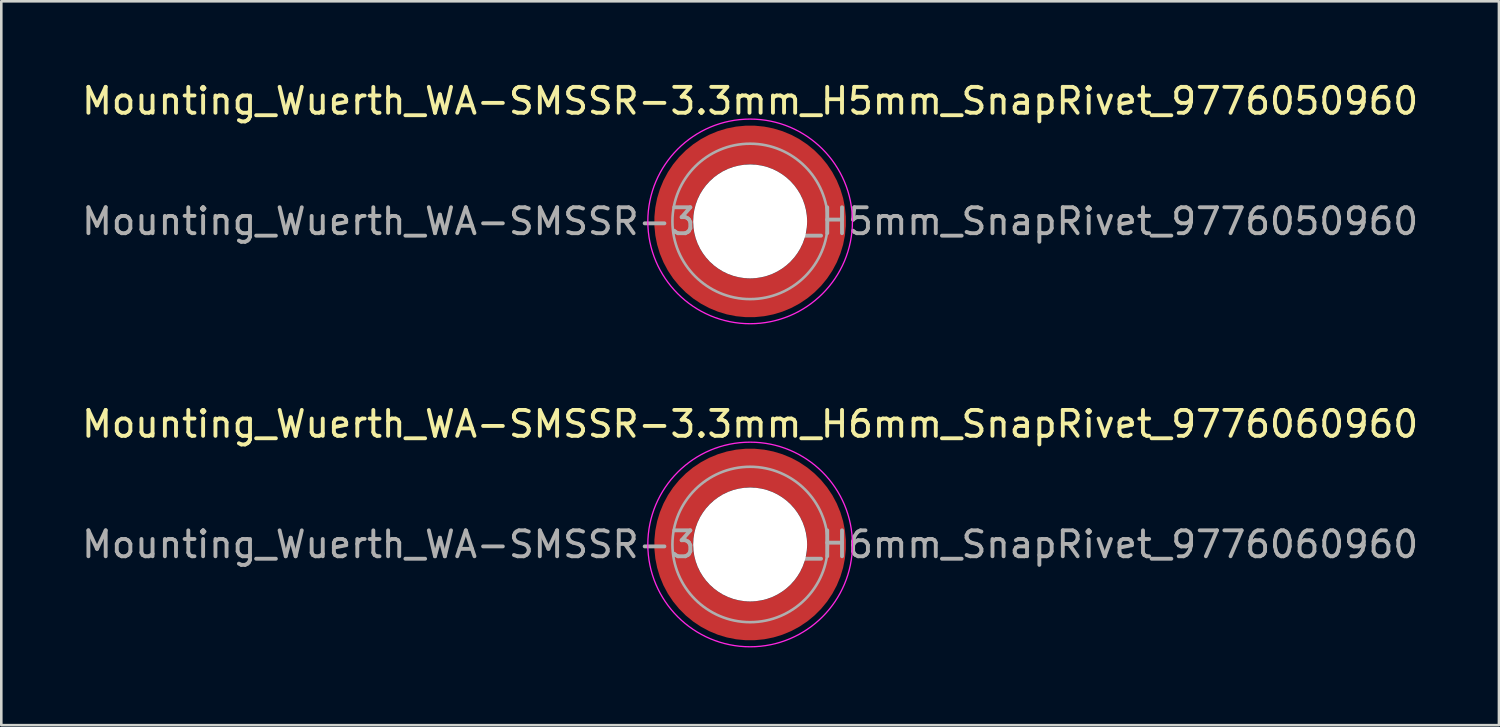
<source format=kicad_pcb>
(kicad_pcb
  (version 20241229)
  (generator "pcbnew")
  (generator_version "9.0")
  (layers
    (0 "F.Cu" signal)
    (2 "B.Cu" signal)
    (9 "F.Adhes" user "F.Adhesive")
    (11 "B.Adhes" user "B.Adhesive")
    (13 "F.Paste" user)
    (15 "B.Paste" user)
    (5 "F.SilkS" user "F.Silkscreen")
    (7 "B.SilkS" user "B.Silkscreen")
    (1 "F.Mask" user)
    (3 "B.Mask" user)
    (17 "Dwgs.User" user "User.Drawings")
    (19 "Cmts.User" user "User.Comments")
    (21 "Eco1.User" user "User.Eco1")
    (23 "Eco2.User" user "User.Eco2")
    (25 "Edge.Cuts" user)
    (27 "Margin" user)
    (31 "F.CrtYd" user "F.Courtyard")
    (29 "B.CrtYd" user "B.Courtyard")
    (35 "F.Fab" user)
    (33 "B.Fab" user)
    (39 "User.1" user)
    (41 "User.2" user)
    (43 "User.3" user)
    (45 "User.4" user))
  (footprint "Mounting_Wuerth_WA-SMSSR-3.3mm_H5mm_SnapRivet_9776050960"
    (layer "F.Cu")
    (at 25.911 5.498)
    (property "Reference" "Mounting_Wuerth_WA-SMSSR-3.3mm_H5mm_SnapRivet_9776050960" (at 0 -4.65 0) (layer "F.SilkS") (effects (font (size 1 1) (thickness 0.15))))
    (attr smd)
    (fp_circle (center 0 0) (end 3.95 0) (stroke (width 0.05) (type solid)) (fill no) (layer "F.CrtYd"))
    (fp_circle (center 0 0) (end 3 0) (stroke (width 0.1) (type solid)) (fill no) (layer "F.Fab"))
    (fp_text user "${REFERENCE}" (at 0 0 0) (layer "F.Fab") (effects (font (size 1 1) (thickness 0.15))))
    (pad "" smd custom (at -2.077 -2.077) (size 0.995 0.995) (layers "F.Paste") (options (anchor circle)) (primitives (gr_arc (start -0.208831 1.577126) (mid 0.422144 0.422848) (end 1.576154 -0.208618) (width 0.2)) (gr_arc (start -0.310669 1.577126) (mid 0.35138 0.35278) (end 1.575188 -0.310262) (width 0.2)) (gr_arc (start -0.412325 1.577126) (mid 0.280305 0.283024) (end 1.573357 -0.411565) (width 0.2)) (gr_arc (start -0.51382 1.577126) (mid 0.210358 0.212139) (end 1.574653 -0.513342) (width 0.2)) (gr_arc (start -0.615172 1.577126) (mid 0.139846 0.141818) (end 1.574384 -0.614661) (width 0.2)) (gr_arc (start -0.716397 1.577126) (mid 0.070334 0.070498) (end 1.576898 -0.716356) (width 0.2)) (gr_arc (start -0.817508 1.577126) (mid -0.001805 0.001807) (end 1.572094 -0.816633) (width 0.2)) (gr_arc (start -0.918517 1.577126) (mid -0.071322 -0.06951) (end 1.574599 -0.918094) (width 0.2)) (gr_arc (start -1.019433 1.577126) (mid -0.141902 -0.139762) (end 1.574138 -1.018949) (width 0.2)) (gr_arc (start -1.120266 1.577126) (mid -0.211736 -0.210761) (end 1.575763 -1.120053) (width 0.2)) (gr_arc (start -1.221022 1.577126) (mid -0.282882 -0.280446) (end 1.57372 -1.220505) (width 0.2)) (gr_arc (start -1.32171 1.577126) (mid -0.353407 -0.350753) (end 1.573414 -1.321162) (width 0.2)) (gr_arc (start -1.422335 1.577126) (mid -0.423311 -0.421682) (end 1.574846 -1.422009) (width 0.2)) (gr_line (start 1.577 -0.209) (end 1.577 -1.422) (width 0.2)) (gr_line (start -0.209 1.577) (end -1.422 1.577) (width 0.2))))
    (pad "" smd custom (at -2.077 2.077) (size 0.995 0.995) (layers "F.Paste") (options (anchor circle)) (primitives (gr_arc (start 1.577126 0.208831) (mid 0.422848 -0.422144) (end -0.208618 -1.576154) (width 0.2)) (gr_arc (start 1.577126 0.310669) (mid 0.35278 -0.35138) (end -0.310262 -1.575188) (width 0.2)) (gr_arc (start 1.577126 0.412325) (mid 0.283024 -0.280305) (end -0.411565 -1.573357) (width 0.2)) (gr_arc (start 1.577126 0.51382) (mid 0.212139 -0.210358) (end -0.513342 -1.574653) (width 0.2)) (gr_arc (start 1.577126 0.615172) (mid 0.141818 -0.139846) (end -0.614661 -1.574384) (width 0.2)) (gr_arc (start 1.577126 0.716397) (mid 0.070498 -0.070334) (end -0.716356 -1.576898) (width 0.2)) (gr_arc (start 1.577126 0.817508) (mid 0.001807 0.001805) (end -0.816633 -1.572094) (width 0.2)) (gr_arc (start 1.577126 0.918517) (mid -0.06951 0.071322) (end -0.918094 -1.574599) (width 0.2)) (gr_arc (start 1.577126 1.019433) (mid -0.139762 0.141902) (end -1.018949 -1.574138) (width 0.2)) (gr_arc (start 1.577126 1.120266) (mid -0.210761 0.211736) (end -1.120053 -1.575763) (width 0.2)) (gr_arc (start 1.577126 1.221022) (mid -0.280446 0.282882) (end -1.220505 -1.57372) (width 0.2)) (gr_arc (start 1.577126 1.32171) (mid -0.350753 0.353407) (end -1.321162 -1.573414) (width 0.2)) (gr_arc (start 1.577126 1.422335) (mid -0.421682 0.423311) (end -1.422009 -1.574846) (width 0.2)) (gr_line (start -0.209 -1.577) (end -1.422 -1.577) (width 0.2)) (gr_line (start 1.577 0.209) (end 1.577 1.422) (width 0.2))))
    (pad "" np_thru_hole circle (at 0 0) (size 4.4 4.4) (drill 4.4) (layers "*.Cu" "*.Mask"))
    (pad "" smd custom (at 2.077 -2.077) (size 0.995 0.995) (layers "F.Paste") (options (anchor circle)) (primitives (gr_arc (start -1.577126 -0.208831) (mid -0.422848 0.422144) (end 0.208618 1.576154) (width 0.2)) (gr_arc (start -1.577126 -0.310669) (mid -0.35278 0.35138) (end 0.310262 1.575188) (width 0.2)) (gr_arc (start -1.577126 -0.412325) (mid -0.283024 0.280305) (end 0.411565 1.573357) (width 0.2)) (gr_arc (start -1.577126 -0.51382) (mid -0.212139 0.210358) (end 0.513342 1.574653) (width 0.2)) (gr_arc (start -1.577126 -0.615172) (mid -0.141818 0.139846) (end 0.614661 1.574384) (width 0.2)) (gr_arc (start -1.577126 -0.716397) (mid -0.070498 0.070334) (end 0.716356 1.576898) (width 0.2)) (gr_arc (start -1.577126 -0.817508) (mid -0.001807 -0.001805) (end 0.816633 1.572094) (width 0.2)) (gr_arc (start -1.577126 -0.918517) (mid 0.06951 -0.071322) (end 0.918094 1.574599) (width 0.2)) (gr_arc (start -1.577126 -1.019433) (mid 0.139762 -0.141902) (end 1.018949 1.574138) (width 0.2)) (gr_arc (start -1.577126 -1.120266) (mid 0.210761 -0.211736) (end 1.120053 1.575763) (width 0.2)) (gr_arc (start -1.577126 -1.221022) (mid 0.280446 -0.282882) (end 1.220505 1.57372) (width 0.2)) (gr_arc (start -1.577126 -1.32171) (mid 0.350753 -0.353407) (end 1.321162 1.573414) (width 0.2)) (gr_arc (start -1.577126 -1.422335) (mid 0.421682 -0.423311) (end 1.422009 1.574846) (width 0.2)) (gr_line (start 0.209 1.577) (end 1.422 1.577) (width 0.2)) (gr_line (start -1.577 -0.209) (end -1.577 -1.422) (width 0.2))))
    (pad "" smd custom (at 2.077 2.077) (size 0.995 0.995) (layers "F.Paste") (options (anchor circle)) (primitives (gr_arc (start 0.208831 -1.577126) (mid -0.422144 -0.422848) (end -1.576154 0.208618) (width 0.2)) (gr_arc (start 0.310669 -1.577126) (mid -0.35138 -0.35278) (end -1.575188 0.310262) (width 0.2)) (gr_arc (start 0.412325 -1.577126) (mid -0.280305 -0.283024) (end -1.573357 0.411565) (width 0.2)) (gr_arc (start 0.51382 -1.577126) (mid -0.210358 -0.212139) (end -1.574653 0.513342) (width 0.2)) (gr_arc (start 0.615172 -1.577126) (mid -0.139846 -0.141818) (end -1.574384 0.614661) (width 0.2)) (gr_arc (start 0.716397 -1.577126) (mid -0.070334 -0.070498) (end -1.576898 0.716356) (width 0.2)) (gr_arc (start 0.817508 -1.577126) (mid 0.001805 -0.001807) (end -1.572094 0.816633) (width 0.2)) (gr_arc (start 0.918517 -1.577126) (mid 0.071322 0.06951) (end -1.574599 0.918094) (width 0.2)) (gr_arc (start 1.019433 -1.577126) (mid 0.141902 0.139762) (end -1.574138 1.018949) (width 0.2)) (gr_arc (start 1.120266 -1.577126) (mid 0.211736 0.210761) (end -1.575763 1.120053) (width 0.2)) (gr_arc (start 1.221022 -1.577126) (mid 0.282882 0.280446) (end -1.57372 1.220505) (width 0.2)) (gr_arc (start 1.32171 -1.577126) (mid 0.353407 0.350753) (end -1.573414 1.321162) (width 0.2)) (gr_arc (start 1.422335 -1.577126) (mid 0.423311 0.421682) (end -1.574846 1.422009) (width 0.2)) (gr_line (start -1.577 0.209) (end -1.577 1.422) (width 0.2)) (gr_line (start 0.209 -1.577) (end 1.422 -1.577) (width 0.2))))
    (pad "1" smd circle (at -2.95 0) (size 1.1 1.1) (layers "F.Cu"))
    (pad "1" smd circle (at 0 -2.95) (size 1.1 1.1) (layers "F.Cu"))
    (pad "1" smd circle (at 0 2.95) (size 1.1 1.1) (layers "F.Cu"))
    (pad "1" smd custom (at 2.95 0) (size 1.1 1.1) (layers "F.Cu" "F.Mask") (options (anchor circle)) (primitives (gr_circle (center -2.95 0) (end 0 0) (width 1.5) (fill no)))))
  (footprint "Mounting_Wuerth_WA-SMSSR-3.3mm_H6mm_SnapRivet_9776060960"
    (layer "F.Cu")
    (at 25.911 17.971)
    (property "Reference" "Mounting_Wuerth_WA-SMSSR-3.3mm_H6mm_SnapRivet_9776060960" (at 0 -4.65 0) (layer "F.SilkS") (effects (font (size 1 1) (thickness 0.15))))
    (attr smd)
    (fp_circle (center 0 0) (end 3.95 0) (stroke (width 0.05) (type solid)) (fill no) (layer "F.CrtYd"))
    (fp_circle (center 0 0) (end 3 0) (stroke (width 0.1) (type solid)) (fill no) (layer "F.Fab"))
    (fp_text user "${REFERENCE}" (at 0 0 0) (layer "F.Fab") (effects (font (size 1 1) (thickness 0.15))))
    (pad "" smd custom (at -2.077 -2.077) (size 0.995 0.995) (layers "F.Paste") (options (anchor circle)) (primitives (gr_arc (start -0.208831 1.577126) (mid 0.422144 0.422848) (end 1.576154 -0.208618) (width 0.2)) (gr_arc (start -0.310669 1.577126) (mid 0.35138 0.35278) (end 1.575188 -0.310262) (width 0.2)) (gr_arc (start -0.412325 1.577126) (mid 0.280305 0.283024) (end 1.573357 -0.411565) (width 0.2)) (gr_arc (start -0.51382 1.577126) (mid 0.210358 0.212139) (end 1.574653 -0.513342) (width 0.2)) (gr_arc (start -0.615172 1.577126) (mid 0.139846 0.141818) (end 1.574384 -0.614661) (width 0.2)) (gr_arc (start -0.716397 1.577126) (mid 0.070334 0.070498) (end 1.576898 -0.716356) (width 0.2)) (gr_arc (start -0.817508 1.577126) (mid -0.001805 0.001807) (end 1.572094 -0.816633) (width 0.2)) (gr_arc (start -0.918517 1.577126) (mid -0.071322 -0.06951) (end 1.574599 -0.918094) (width 0.2)) (gr_arc (start -1.019433 1.577126) (mid -0.141902 -0.139762) (end 1.574138 -1.018949) (width 0.2)) (gr_arc (start -1.120266 1.577126) (mid -0.211736 -0.210761) (end 1.575763 -1.120053) (width 0.2)) (gr_arc (start -1.221022 1.577126) (mid -0.282882 -0.280446) (end 1.57372 -1.220505) (width 0.2)) (gr_arc (start -1.32171 1.577126) (mid -0.353407 -0.350753) (end 1.573414 -1.321162) (width 0.2)) (gr_arc (start -1.422335 1.577126) (mid -0.423311 -0.421682) (end 1.574846 -1.422009) (width 0.2)) (gr_line (start 1.577 -0.209) (end 1.577 -1.422) (width 0.2)) (gr_line (start -0.209 1.577) (end -1.422 1.577) (width 0.2))))
    (pad "" smd custom (at -2.077 2.077) (size 0.995 0.995) (layers "F.Paste") (options (anchor circle)) (primitives (gr_arc (start 1.577126 0.208831) (mid 0.422848 -0.422144) (end -0.208618 -1.576154) (width 0.2)) (gr_arc (start 1.577126 0.310669) (mid 0.35278 -0.35138) (end -0.310262 -1.575188) (width 0.2)) (gr_arc (start 1.577126 0.412325) (mid 0.283024 -0.280305) (end -0.411565 -1.573357) (width 0.2)) (gr_arc (start 1.577126 0.51382) (mid 0.212139 -0.210358) (end -0.513342 -1.574653) (width 0.2)) (gr_arc (start 1.577126 0.615172) (mid 0.141818 -0.139846) (end -0.614661 -1.574384) (width 0.2)) (gr_arc (start 1.577126 0.716397) (mid 0.070498 -0.070334) (end -0.716356 -1.576898) (width 0.2)) (gr_arc (start 1.577126 0.817508) (mid 0.001807 0.001805) (end -0.816633 -1.572094) (width 0.2)) (gr_arc (start 1.577126 0.918517) (mid -0.06951 0.071322) (end -0.918094 -1.574599) (width 0.2)) (gr_arc (start 1.577126 1.019433) (mid -0.139762 0.141902) (end -1.018949 -1.574138) (width 0.2)) (gr_arc (start 1.577126 1.120266) (mid -0.210761 0.211736) (end -1.120053 -1.575763) (width 0.2)) (gr_arc (start 1.577126 1.221022) (mid -0.280446 0.282882) (end -1.220505 -1.57372) (width 0.2)) (gr_arc (start 1.577126 1.32171) (mid -0.350753 0.353407) (end -1.321162 -1.573414) (width 0.2)) (gr_arc (start 1.577126 1.422335) (mid -0.421682 0.423311) (end -1.422009 -1.574846) (width 0.2)) (gr_line (start -0.209 -1.577) (end -1.422 -1.577) (width 0.2)) (gr_line (start 1.577 0.209) (end 1.577 1.422) (width 0.2))))
    (pad "" np_thru_hole circle (at 0 0) (size 4.4 4.4) (drill 4.4) (layers "*.Cu" "*.Mask"))
    (pad "" smd custom (at 2.077 -2.077) (size 0.995 0.995) (layers "F.Paste") (options (anchor circle)) (primitives (gr_arc (start -1.577126 -0.208831) (mid -0.422848 0.422144) (end 0.208618 1.576154) (width 0.2)) (gr_arc (start -1.577126 -0.310669) (mid -0.35278 0.35138) (end 0.310262 1.575188) (width 0.2)) (gr_arc (start -1.577126 -0.412325) (mid -0.283024 0.280305) (end 0.411565 1.573357) (width 0.2)) (gr_arc (start -1.577126 -0.51382) (mid -0.212139 0.210358) (end 0.513342 1.574653) (width 0.2)) (gr_arc (start -1.577126 -0.615172) (mid -0.141818 0.139846) (end 0.614661 1.574384) (width 0.2)) (gr_arc (start -1.577126 -0.716397) (mid -0.070498 0.070334) (end 0.716356 1.576898) (width 0.2)) (gr_arc (start -1.577126 -0.817508) (mid -0.001807 -0.001805) (end 0.816633 1.572094) (width 0.2)) (gr_arc (start -1.577126 -0.918517) (mid 0.06951 -0.071322) (end 0.918094 1.574599) (width 0.2)) (gr_arc (start -1.577126 -1.019433) (mid 0.139762 -0.141902) (end 1.018949 1.574138) (width 0.2)) (gr_arc (start -1.577126 -1.120266) (mid 0.210761 -0.211736) (end 1.120053 1.575763) (width 0.2)) (gr_arc (start -1.577126 -1.221022) (mid 0.280446 -0.282882) (end 1.220505 1.57372) (width 0.2)) (gr_arc (start -1.577126 -1.32171) (mid 0.350753 -0.353407) (end 1.321162 1.573414) (width 0.2)) (gr_arc (start -1.577126 -1.422335) (mid 0.421682 -0.423311) (end 1.422009 1.574846) (width 0.2)) (gr_line (start 0.209 1.577) (end 1.422 1.577) (width 0.2)) (gr_line (start -1.577 -0.209) (end -1.577 -1.422) (width 0.2))))
    (pad "" smd custom (at 2.077 2.077) (size 0.995 0.995) (layers "F.Paste") (options (anchor circle)) (primitives (gr_arc (start 0.208831 -1.577126) (mid -0.422144 -0.422848) (end -1.576154 0.208618) (width 0.2)) (gr_arc (start 0.310669 -1.577126) (mid -0.35138 -0.35278) (end -1.575188 0.310262) (width 0.2)) (gr_arc (start 0.412325 -1.577126) (mid -0.280305 -0.283024) (end -1.573357 0.411565) (width 0.2)) (gr_arc (start 0.51382 -1.577126) (mid -0.210358 -0.212139) (end -1.574653 0.513342) (width 0.2)) (gr_arc (start 0.615172 -1.577126) (mid -0.139846 -0.141818) (end -1.574384 0.614661) (width 0.2)) (gr_arc (start 0.716397 -1.577126) (mid -0.070334 -0.070498) (end -1.576898 0.716356) (width 0.2)) (gr_arc (start 0.817508 -1.577126) (mid 0.001805 -0.001807) (end -1.572094 0.816633) (width 0.2)) (gr_arc (start 0.918517 -1.577126) (mid 0.071322 0.06951) (end -1.574599 0.918094) (width 0.2)) (gr_arc (start 1.019433 -1.577126) (mid 0.141902 0.139762) (end -1.574138 1.018949) (width 0.2)) (gr_arc (start 1.120266 -1.577126) (mid 0.211736 0.210761) (end -1.575763 1.120053) (width 0.2)) (gr_arc (start 1.221022 -1.577126) (mid 0.282882 0.280446) (end -1.57372 1.220505) (width 0.2)) (gr_arc (start 1.32171 -1.577126) (mid 0.353407 0.350753) (end -1.573414 1.321162) (width 0.2)) (gr_arc (start 1.422335 -1.577126) (mid 0.423311 0.421682) (end -1.574846 1.422009) (width 0.2)) (gr_line (start -1.577 0.209) (end -1.577 1.422) (width 0.2)) (gr_line (start 0.209 -1.577) (end 1.422 -1.577) (width 0.2))))
    (pad "1" smd circle (at -2.95 0) (size 1.1 1.1) (layers "F.Cu"))
    (pad "1" smd circle (at 0 -2.95) (size 1.1 1.1) (layers "F.Cu"))
    (pad "1" smd circle (at 0 2.95) (size 1.1 1.1) (layers "F.Cu"))
    (pad "1" smd custom (at 2.95 0) (size 1.1 1.1) (layers "F.Cu" "F.Mask") (options (anchor circle)) (primitives (gr_circle (center -2.95 0) (end 0 0) (width 1.5) (fill no)))))
  (gr_rect
    (start -3 -3)
    (end 54.821 24.947)
    (stroke (width 0.1) (type default))
    (fill no)
    (layer "Edge.Cuts")))
</source>
